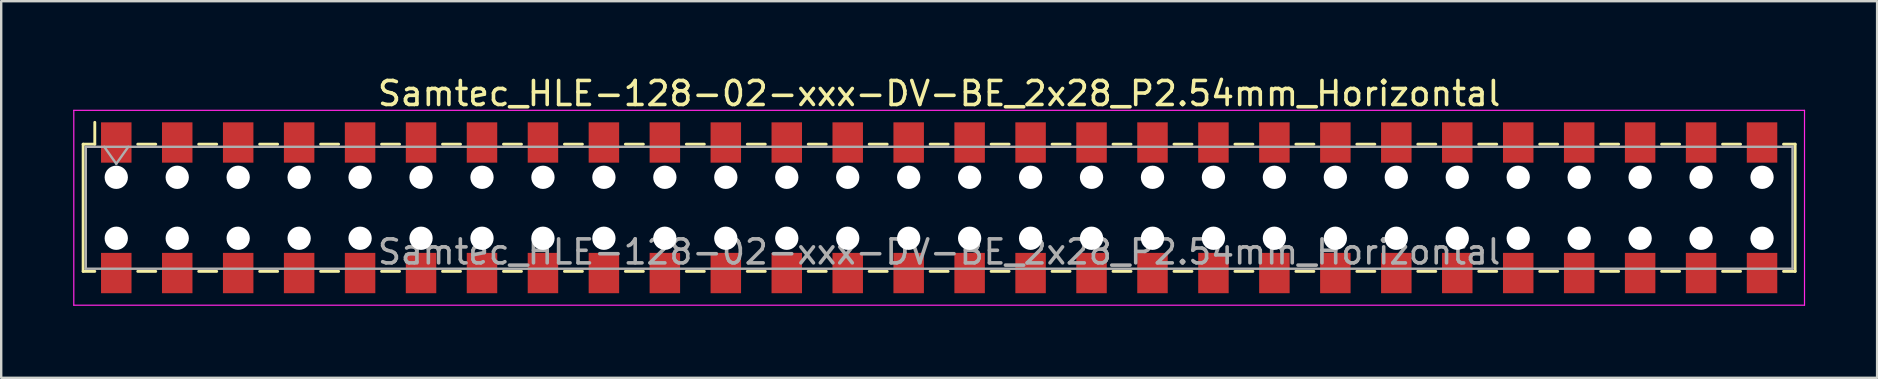
<source format=kicad_pcb>
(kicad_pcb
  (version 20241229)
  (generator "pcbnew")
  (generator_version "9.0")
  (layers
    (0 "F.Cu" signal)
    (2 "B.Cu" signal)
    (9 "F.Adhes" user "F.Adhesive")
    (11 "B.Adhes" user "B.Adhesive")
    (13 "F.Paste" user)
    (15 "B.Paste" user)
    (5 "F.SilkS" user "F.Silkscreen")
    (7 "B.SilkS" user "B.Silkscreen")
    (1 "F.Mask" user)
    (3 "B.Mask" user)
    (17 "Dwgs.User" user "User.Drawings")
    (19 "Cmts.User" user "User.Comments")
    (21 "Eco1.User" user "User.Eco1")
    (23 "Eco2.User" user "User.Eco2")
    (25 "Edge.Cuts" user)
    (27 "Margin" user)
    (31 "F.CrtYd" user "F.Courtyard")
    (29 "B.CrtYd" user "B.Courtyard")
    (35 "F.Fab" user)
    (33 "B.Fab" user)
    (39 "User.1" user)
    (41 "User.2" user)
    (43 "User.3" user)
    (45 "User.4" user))
  (footprint "Samtec_HLE-128-02-xxx-DV-BE_2x28_P2.54mm_Horizontal"
    (layer "F.Cu")
    (at 36.085 5.608)
    (property "Reference" "Samtec_HLE-128-02-xxx-DV-BE_2x28_P2.54mm_Horizontal" (at 0 -4.76 0) (layer "F.SilkS") (effects (font (size 1 1) (thickness 0.15))))
    (attr smd)
    (fp_line (start -35.67 -2.65) (end -35.67 2.65) (stroke (width 0.12) (type solid)) (layer "F.SilkS"))
    (fp_line (start -35.67 2.65) (end -35.185 2.65) (stroke (width 0.12) (type solid)) (layer "F.SilkS"))
    (fp_line (start -35.185 -3.56) (end -35.185 -2.65) (stroke (width 0.12) (type solid)) (layer "F.SilkS"))
    (fp_line (start -35.185 -2.65) (end -35.67 -2.65) (stroke (width 0.12) (type solid)) (layer "F.SilkS"))
    (fp_line (start -33.395 -2.65) (end -32.645 -2.65) (stroke (width 0.12) (type solid)) (layer "F.SilkS"))
    (fp_line (start -33.395 2.65) (end -32.645 2.65) (stroke (width 0.12) (type solid)) (layer "F.SilkS"))
    (fp_line (start -30.855 -2.65) (end -30.105 -2.65) (stroke (width 0.12) (type solid)) (layer "F.SilkS"))
    (fp_line (start -30.855 2.65) (end -30.105 2.65) (stroke (width 0.12) (type solid)) (layer "F.SilkS"))
    (fp_line (start -28.315 -2.65) (end -27.565 -2.65) (stroke (width 0.12) (type solid)) (layer "F.SilkS"))
    (fp_line (start -28.315 2.65) (end -27.565 2.65) (stroke (width 0.12) (type solid)) (layer "F.SilkS"))
    (fp_line (start -25.775 -2.65) (end -25.025 -2.65) (stroke (width 0.12) (type solid)) (layer "F.SilkS"))
    (fp_line (start -25.775 2.65) (end -25.025 2.65) (stroke (width 0.12) (type solid)) (layer "F.SilkS"))
    (fp_line (start -23.235 -2.65) (end -22.485 -2.65) (stroke (width 0.12) (type solid)) (layer "F.SilkS"))
    (fp_line (start -23.235 2.65) (end -22.485 2.65) (stroke (width 0.12) (type solid)) (layer "F.SilkS"))
    (fp_line (start -20.695 -2.65) (end -19.945 -2.65) (stroke (width 0.12) (type solid)) (layer "F.SilkS"))
    (fp_line (start -20.695 2.65) (end -19.945 2.65) (stroke (width 0.12) (type solid)) (layer "F.SilkS"))
    (fp_line (start -18.155 -2.65) (end -17.405 -2.65) (stroke (width 0.12) (type solid)) (layer "F.SilkS"))
    (fp_line (start -18.155 2.65) (end -17.405 2.65) (stroke (width 0.12) (type solid)) (layer "F.SilkS"))
    (fp_line (start -15.615 -2.65) (end -14.865 -2.65) (stroke (width 0.12) (type solid)) (layer "F.SilkS"))
    (fp_line (start -15.615 2.65) (end -14.865 2.65) (stroke (width 0.12) (type solid)) (layer "F.SilkS"))
    (fp_line (start -13.075 -2.65) (end -12.325 -2.65) (stroke (width 0.12) (type solid)) (layer "F.SilkS"))
    (fp_line (start -13.075 2.65) (end -12.325 2.65) (stroke (width 0.12) (type solid)) (layer "F.SilkS"))
    (fp_line (start -10.535 -2.65) (end -9.785 -2.65) (stroke (width 0.12) (type solid)) (layer "F.SilkS"))
    (fp_line (start -10.535 2.65) (end -9.785 2.65) (stroke (width 0.12) (type solid)) (layer "F.SilkS"))
    (fp_line (start -7.995 -2.65) (end -7.245 -2.65) (stroke (width 0.12) (type solid)) (layer "F.SilkS"))
    (fp_line (start -7.995 2.65) (end -7.245 2.65) (stroke (width 0.12) (type solid)) (layer "F.SilkS"))
    (fp_line (start -5.455 -2.65) (end -4.705 -2.65) (stroke (width 0.12) (type solid)) (layer "F.SilkS"))
    (fp_line (start -5.455 2.65) (end -4.705 2.65) (stroke (width 0.12) (type solid)) (layer "F.SilkS"))
    (fp_line (start -2.915 -2.65) (end -2.165 -2.65) (stroke (width 0.12) (type solid)) (layer "F.SilkS"))
    (fp_line (start -2.915 2.65) (end -2.165 2.65) (stroke (width 0.12) (type solid)) (layer "F.SilkS"))
    (fp_line (start -0.375 -2.65) (end 0.375 -2.65) (stroke (width 0.12) (type solid)) (layer "F.SilkS"))
    (fp_line (start -0.375 2.65) (end 0.375 2.65) (stroke (width 0.12) (type solid)) (layer "F.SilkS"))
    (fp_line (start 2.165 -2.65) (end 2.915 -2.65) (stroke (width 0.12) (type solid)) (layer "F.SilkS"))
    (fp_line (start 2.165 2.65) (end 2.915 2.65) (stroke (width 0.12) (type solid)) (layer "F.SilkS"))
    (fp_line (start 4.705 -2.65) (end 5.455 -2.65) (stroke (width 0.12) (type solid)) (layer "F.SilkS"))
    (fp_line (start 4.705 2.65) (end 5.455 2.65) (stroke (width 0.12) (type solid)) (layer "F.SilkS"))
    (fp_line (start 7.245 -2.65) (end 7.995 -2.65) (stroke (width 0.12) (type solid)) (layer "F.SilkS"))
    (fp_line (start 7.245 2.65) (end 7.995 2.65) (stroke (width 0.12) (type solid)) (layer "F.SilkS"))
    (fp_line (start 9.785 -2.65) (end 10.535 -2.65) (stroke (width 0.12) (type solid)) (layer "F.SilkS"))
    (fp_line (start 9.785 2.65) (end 10.535 2.65) (stroke (width 0.12) (type solid)) (layer "F.SilkS"))
    (fp_line (start 12.325 -2.65) (end 13.075 -2.65) (stroke (width 0.12) (type solid)) (layer "F.SilkS"))
    (fp_line (start 12.325 2.65) (end 13.075 2.65) (stroke (width 0.12) (type solid)) (layer "F.SilkS"))
    (fp_line (start 14.865 -2.65) (end 15.615 -2.65) (stroke (width 0.12) (type solid)) (layer "F.SilkS"))
    (fp_line (start 14.865 2.65) (end 15.615 2.65) (stroke (width 0.12) (type solid)) (layer "F.SilkS"))
    (fp_line (start 17.405 -2.65) (end 18.155 -2.65) (stroke (width 0.12) (type solid)) (layer "F.SilkS"))
    (fp_line (start 17.405 2.65) (end 18.155 2.65) (stroke (width 0.12) (type solid)) (layer "F.SilkS"))
    (fp_line (start 19.945 -2.65) (end 20.695 -2.65) (stroke (width 0.12) (type solid)) (layer "F.SilkS"))
    (fp_line (start 19.945 2.65) (end 20.695 2.65) (stroke (width 0.12) (type solid)) (layer "F.SilkS"))
    (fp_line (start 22.485 -2.65) (end 23.235 -2.65) (stroke (width 0.12) (type solid)) (layer "F.SilkS"))
    (fp_line (start 22.485 2.65) (end 23.235 2.65) (stroke (width 0.12) (type solid)) (layer "F.SilkS"))
    (fp_line (start 25.025 -2.65) (end 25.775 -2.65) (stroke (width 0.12) (type solid)) (layer "F.SilkS"))
    (fp_line (start 25.025 2.65) (end 25.775 2.65) (stroke (width 0.12) (type solid)) (layer "F.SilkS"))
    (fp_line (start 27.565 -2.65) (end 28.315 -2.65) (stroke (width 0.12) (type solid)) (layer "F.SilkS"))
    (fp_line (start 27.565 2.65) (end 28.315 2.65) (stroke (width 0.12) (type solid)) (layer "F.SilkS"))
    (fp_line (start 30.105 -2.65) (end 30.855 -2.65) (stroke (width 0.12) (type solid)) (layer "F.SilkS"))
    (fp_line (start 30.105 2.65) (end 30.855 2.65) (stroke (width 0.12) (type solid)) (layer "F.SilkS"))
    (fp_line (start 32.645 -2.65) (end 33.395 -2.65) (stroke (width 0.12) (type solid)) (layer "F.SilkS"))
    (fp_line (start 32.645 2.65) (end 33.395 2.65) (stroke (width 0.12) (type solid)) (layer "F.SilkS"))
    (fp_line (start 35.185 -2.65) (end 35.67 -2.65) (stroke (width 0.12) (type solid)) (layer "F.SilkS"))
    (fp_line (start 35.67 -2.65) (end 35.67 2.65) (stroke (width 0.12) (type solid)) (layer "F.SilkS"))
    (fp_line (start 35.67 2.65) (end 35.185 2.65) (stroke (width 0.12) (type solid)) (layer "F.SilkS"))
    (fp_line (start -36.06 -4.06) (end 36.06 -4.06) (stroke (width 0.05) (type solid)) (layer "F.CrtYd"))
    (fp_line (start -36.06 4.06) (end -36.06 -4.06) (stroke (width 0.05) (type solid)) (layer "F.CrtYd"))
    (fp_line (start 36.06 -4.06) (end 36.06 4.06) (stroke (width 0.05) (type solid)) (layer "F.CrtYd"))
    (fp_line (start 36.06 4.06) (end -36.06 4.06) (stroke (width 0.05) (type solid)) (layer "F.CrtYd"))
    (fp_line (start -35.56 -2.54) (end 35.56 -2.54) (stroke (width 0.1) (type solid)) (layer "F.Fab"))
    (fp_line (start -35.56 2.54) (end -35.56 -2.54) (stroke (width 0.1) (type solid)) (layer "F.Fab"))
    (fp_line (start -34.79 -2.54) (end -34.29 -1.833) (stroke (width 0.1) (type solid)) (layer "F.Fab"))
    (fp_line (start -34.29 -1.833) (end -33.79 -2.54) (stroke (width 0.1) (type solid)) (layer "F.Fab"))
    (fp_line (start 35.56 -2.54) (end 35.56 2.54) (stroke (width 0.1) (type solid)) (layer "F.Fab"))
    (fp_line (start 35.56 2.54) (end -35.56 2.54) (stroke (width 0.1) (type solid)) (layer "F.Fab"))
    (fp_text user "${REFERENCE}" (at 0 1.84 0) (layer "F.Fab") (effects (font (size 1 1) (thickness 0.15))))
    (pad "" np_thru_hole circle (at -34.29 -1.27) (size 0.97 0.97) (drill 0.97) (layers "*.Cu" "*.Mask"))
    (pad "" np_thru_hole circle (at -34.29 1.27) (size 0.97 0.97) (drill 0.97) (layers "*.Cu" "*.Mask"))
    (pad "" np_thru_hole circle (at -31.75 -1.27) (size 0.97 0.97) (drill 0.97) (layers "*.Cu" "*.Mask"))
    (pad "" np_thru_hole circle (at -31.75 1.27) (size 0.97 0.97) (drill 0.97) (layers "*.Cu" "*.Mask"))
    (pad "" np_thru_hole circle (at -29.21 -1.27) (size 0.97 0.97) (drill 0.97) (layers "*.Cu" "*.Mask"))
    (pad "" np_thru_hole circle (at -29.21 1.27) (size 0.97 0.97) (drill 0.97) (layers "*.Cu" "*.Mask"))
    (pad "" np_thru_hole circle (at -26.67 -1.27) (size 0.97 0.97) (drill 0.97) (layers "*.Cu" "*.Mask"))
    (pad "" np_thru_hole circle (at -26.67 1.27) (size 0.97 0.97) (drill 0.97) (layers "*.Cu" "*.Mask"))
    (pad "" np_thru_hole circle (at -24.13 -1.27) (size 0.97 0.97) (drill 0.97) (layers "*.Cu" "*.Mask"))
    (pad "" np_thru_hole circle (at -24.13 1.27) (size 0.97 0.97) (drill 0.97) (layers "*.Cu" "*.Mask"))
    (pad "" np_thru_hole circle (at -21.59 -1.27) (size 0.97 0.97) (drill 0.97) (layers "*.Cu" "*.Mask"))
    (pad "" np_thru_hole circle (at -21.59 1.27) (size 0.97 0.97) (drill 0.97) (layers "*.Cu" "*.Mask"))
    (pad "" np_thru_hole circle (at -19.05 -1.27) (size 0.97 0.97) (drill 0.97) (layers "*.Cu" "*.Mask"))
    (pad "" np_thru_hole circle (at -19.05 1.27) (size 0.97 0.97) (drill 0.97) (layers "*.Cu" "*.Mask"))
    (pad "" np_thru_hole circle (at -16.51 -1.27) (size 0.97 0.97) (drill 0.97) (layers "*.Cu" "*.Mask"))
    (pad "" np_thru_hole circle (at -16.51 1.27) (size 0.97 0.97) (drill 0.97) (layers "*.Cu" "*.Mask"))
    (pad "" np_thru_hole circle (at -13.97 -1.27) (size 0.97 0.97) (drill 0.97) (layers "*.Cu" "*.Mask"))
    (pad "" np_thru_hole circle (at -13.97 1.27) (size 0.97 0.97) (drill 0.97) (layers "*.Cu" "*.Mask"))
    (pad "" np_thru_hole circle (at -11.43 -1.27) (size 0.97 0.97) (drill 0.97) (layers "*.Cu" "*.Mask"))
    (pad "" np_thru_hole circle (at -11.43 1.27) (size 0.97 0.97) (drill 0.97) (layers "*.Cu" "*.Mask"))
    (pad "" np_thru_hole circle (at -8.89 -1.27) (size 0.97 0.97) (drill 0.97) (layers "*.Cu" "*.Mask"))
    (pad "" np_thru_hole circle (at -8.89 1.27) (size 0.97 0.97) (drill 0.97) (layers "*.Cu" "*.Mask"))
    (pad "" np_thru_hole circle (at -6.35 -1.27) (size 0.97 0.97) (drill 0.97) (layers "*.Cu" "*.Mask"))
    (pad "" np_thru_hole circle (at -6.35 1.27) (size 0.97 0.97) (drill 0.97) (layers "*.Cu" "*.Mask"))
    (pad "" np_thru_hole circle (at -3.81 -1.27) (size 0.97 0.97) (drill 0.97) (layers "*.Cu" "*.Mask"))
    (pad "" np_thru_hole circle (at -3.81 1.27) (size 0.97 0.97) (drill 0.97) (layers "*.Cu" "*.Mask"))
    (pad "" np_thru_hole circle (at -1.27 -1.27) (size 0.97 0.97) (drill 0.97) (layers "*.Cu" "*.Mask"))
    (pad "" np_thru_hole circle (at -1.27 1.27) (size 0.97 0.97) (drill 0.97) (layers "*.Cu" "*.Mask"))
    (pad "" np_thru_hole circle (at 1.27 -1.27) (size 0.97 0.97) (drill 0.97) (layers "*.Cu" "*.Mask"))
    (pad "" np_thru_hole circle (at 1.27 1.27) (size 0.97 0.97) (drill 0.97) (layers "*.Cu" "*.Mask"))
    (pad "" np_thru_hole circle (at 3.81 -1.27) (size 0.97 0.97) (drill 0.97) (layers "*.Cu" "*.Mask"))
    (pad "" np_thru_hole circle (at 3.81 1.27) (size 0.97 0.97) (drill 0.97) (layers "*.Cu" "*.Mask"))
    (pad "" np_thru_hole circle (at 6.35 -1.27) (size 0.97 0.97) (drill 0.97) (layers "*.Cu" "*.Mask"))
    (pad "" np_thru_hole circle (at 6.35 1.27) (size 0.97 0.97) (drill 0.97) (layers "*.Cu" "*.Mask"))
    (pad "" np_thru_hole circle (at 8.89 -1.27) (size 0.97 0.97) (drill 0.97) (layers "*.Cu" "*.Mask"))
    (pad "" np_thru_hole circle (at 8.89 1.27) (size 0.97 0.97) (drill 0.97) (layers "*.Cu" "*.Mask"))
    (pad "" np_thru_hole circle (at 11.43 -1.27) (size 0.97 0.97) (drill 0.97) (layers "*.Cu" "*.Mask"))
    (pad "" np_thru_hole circle (at 11.43 1.27) (size 0.97 0.97) (drill 0.97) (layers "*.Cu" "*.Mask"))
    (pad "" np_thru_hole circle (at 13.97 -1.27) (size 0.97 0.97) (drill 0.97) (layers "*.Cu" "*.Mask"))
    (pad "" np_thru_hole circle (at 13.97 1.27) (size 0.97 0.97) (drill 0.97) (layers "*.Cu" "*.Mask"))
    (pad "" np_thru_hole circle (at 16.51 -1.27) (size 0.97 0.97) (drill 0.97) (layers "*.Cu" "*.Mask"))
    (pad "" np_thru_hole circle (at 16.51 1.27) (size 0.97 0.97) (drill 0.97) (layers "*.Cu" "*.Mask"))
    (pad "" np_thru_hole circle (at 19.05 -1.27) (size 0.97 0.97) (drill 0.97) (layers "*.Cu" "*.Mask"))
    (pad "" np_thru_hole circle (at 19.05 1.27) (size 0.97 0.97) (drill 0.97) (layers "*.Cu" "*.Mask"))
    (pad "" np_thru_hole circle (at 21.59 -1.27) (size 0.97 0.97) (drill 0.97) (layers "*.Cu" "*.Mask"))
    (pad "" np_thru_hole circle (at 21.59 1.27) (size 0.97 0.97) (drill 0.97) (layers "*.Cu" "*.Mask"))
    (pad "" np_thru_hole circle (at 24.13 -1.27) (size 0.97 0.97) (drill 0.97) (layers "*.Cu" "*.Mask"))
    (pad "" np_thru_hole circle (at 24.13 1.27) (size 0.97 0.97) (drill 0.97) (layers "*.Cu" "*.Mask"))
    (pad "" np_thru_hole circle (at 26.67 -1.27) (size 0.97 0.97) (drill 0.97) (layers "*.Cu" "*.Mask"))
    (pad "" np_thru_hole circle (at 26.67 1.27) (size 0.97 0.97) (drill 0.97) (layers "*.Cu" "*.Mask"))
    (pad "" np_thru_hole circle (at 29.21 -1.27) (size 0.97 0.97) (drill 0.97) (layers "*.Cu" "*.Mask"))
    (pad "" np_thru_hole circle (at 29.21 1.27) (size 0.97 0.97) (drill 0.97) (layers "*.Cu" "*.Mask"))
    (pad "" np_thru_hole circle (at 31.75 -1.27) (size 0.97 0.97) (drill 0.97) (layers "*.Cu" "*.Mask"))
    (pad "" np_thru_hole circle (at 31.75 1.27) (size 0.97 0.97) (drill 0.97) (layers "*.Cu" "*.Mask"))
    (pad "" np_thru_hole circle (at 34.29 -1.27) (size 0.97 0.97) (drill 0.97) (layers "*.Cu" "*.Mask"))
    (pad "" np_thru_hole circle (at 34.29 1.27) (size 0.97 0.97) (drill 0.97) (layers "*.Cu" "*.Mask"))
    (pad "1" smd rect (at -34.29 -2.72) (size 1.27 1.68) (layers "F.Cu" "F.Mask" "F.Paste"))
    (pad "2" smd rect (at -34.29 2.72) (size 1.27 1.68) (layers "F.Cu" "F.Mask" "F.Paste"))
    (pad "3" smd rect (at -31.75 -2.72) (size 1.27 1.68) (layers "F.Cu" "F.Mask" "F.Paste"))
    (pad "4" smd rect (at -31.75 2.72) (size 1.27 1.68) (layers "F.Cu" "F.Mask" "F.Paste"))
    (pad "5" smd rect (at -29.21 -2.72) (size 1.27 1.68) (layers "F.Cu" "F.Mask" "F.Paste"))
    (pad "6" smd rect (at -29.21 2.72) (size 1.27 1.68) (layers "F.Cu" "F.Mask" "F.Paste"))
    (pad "7" smd rect (at -26.67 -2.72) (size 1.27 1.68) (layers "F.Cu" "F.Mask" "F.Paste"))
    (pad "8" smd rect (at -26.67 2.72) (size 1.27 1.68) (layers "F.Cu" "F.Mask" "F.Paste"))
    (pad "9" smd rect (at -24.13 -2.72) (size 1.27 1.68) (layers "F.Cu" "F.Mask" "F.Paste"))
    (pad "10" smd rect (at -24.13 2.72) (size 1.27 1.68) (layers "F.Cu" "F.Mask" "F.Paste"))
    (pad "11" smd rect (at -21.59 -2.72) (size 1.27 1.68) (layers "F.Cu" "F.Mask" "F.Paste"))
    (pad "12" smd rect (at -21.59 2.72) (size 1.27 1.68) (layers "F.Cu" "F.Mask" "F.Paste"))
    (pad "13" smd rect (at -19.05 -2.72) (size 1.27 1.68) (layers "F.Cu" "F.Mask" "F.Paste"))
    (pad "14" smd rect (at -19.05 2.72) (size 1.27 1.68) (layers "F.Cu" "F.Mask" "F.Paste"))
    (pad "15" smd rect (at -16.51 -2.72) (size 1.27 1.68) (layers "F.Cu" "F.Mask" "F.Paste"))
    (pad "16" smd rect (at -16.51 2.72) (size 1.27 1.68) (layers "F.Cu" "F.Mask" "F.Paste"))
    (pad "17" smd rect (at -13.97 -2.72) (size 1.27 1.68) (layers "F.Cu" "F.Mask" "F.Paste"))
    (pad "18" smd rect (at -13.97 2.72) (size 1.27 1.68) (layers "F.Cu" "F.Mask" "F.Paste"))
    (pad "19" smd rect (at -11.43 -2.72) (size 1.27 1.68) (layers "F.Cu" "F.Mask" "F.Paste"))
    (pad "20" smd rect (at -11.43 2.72) (size 1.27 1.68) (layers "F.Cu" "F.Mask" "F.Paste"))
    (pad "21" smd rect (at -8.89 -2.72) (size 1.27 1.68) (layers "F.Cu" "F.Mask" "F.Paste"))
    (pad "22" smd rect (at -8.89 2.72) (size 1.27 1.68) (layers "F.Cu" "F.Mask" "F.Paste"))
    (pad "23" smd rect (at -6.35 -2.72) (size 1.27 1.68) (layers "F.Cu" "F.Mask" "F.Paste"))
    (pad "24" smd rect (at -6.35 2.72) (size 1.27 1.68) (layers "F.Cu" "F.Mask" "F.Paste"))
    (pad "25" smd rect (at -3.81 -2.72) (size 1.27 1.68) (layers "F.Cu" "F.Mask" "F.Paste"))
    (pad "26" smd rect (at -3.81 2.72) (size 1.27 1.68) (layers "F.Cu" "F.Mask" "F.Paste"))
    (pad "27" smd rect (at -1.27 -2.72) (size 1.27 1.68) (layers "F.Cu" "F.Mask" "F.Paste"))
    (pad "28" smd rect (at -1.27 2.72) (size 1.27 1.68) (layers "F.Cu" "F.Mask" "F.Paste"))
    (pad "29" smd rect (at 1.27 -2.72) (size 1.27 1.68) (layers "F.Cu" "F.Mask" "F.Paste"))
    (pad "30" smd rect (at 1.27 2.72) (size 1.27 1.68) (layers "F.Cu" "F.Mask" "F.Paste"))
    (pad "31" smd rect (at 3.81 -2.72) (size 1.27 1.68) (layers "F.Cu" "F.Mask" "F.Paste"))
    (pad "32" smd rect (at 3.81 2.72) (size 1.27 1.68) (layers "F.Cu" "F.Mask" "F.Paste"))
    (pad "33" smd rect (at 6.35 -2.72) (size 1.27 1.68) (layers "F.Cu" "F.Mask" "F.Paste"))
    (pad "34" smd rect (at 6.35 2.72) (size 1.27 1.68) (layers "F.Cu" "F.Mask" "F.Paste"))
    (pad "35" smd rect (at 8.89 -2.72) (size 1.27 1.68) (layers "F.Cu" "F.Mask" "F.Paste"))
    (pad "36" smd rect (at 8.89 2.72) (size 1.27 1.68) (layers "F.Cu" "F.Mask" "F.Paste"))
    (pad "37" smd rect (at 11.43 -2.72) (size 1.27 1.68) (layers "F.Cu" "F.Mask" "F.Paste"))
    (pad "38" smd rect (at 11.43 2.72) (size 1.27 1.68) (layers "F.Cu" "F.Mask" "F.Paste"))
    (pad "39" smd rect (at 13.97 -2.72) (size 1.27 1.68) (layers "F.Cu" "F.Mask" "F.Paste"))
    (pad "40" smd rect (at 13.97 2.72) (size 1.27 1.68) (layers "F.Cu" "F.Mask" "F.Paste"))
    (pad "41" smd rect (at 16.51 -2.72) (size 1.27 1.68) (layers "F.Cu" "F.Mask" "F.Paste"))
    (pad "42" smd rect (at 16.51 2.72) (size 1.27 1.68) (layers "F.Cu" "F.Mask" "F.Paste"))
    (pad "43" smd rect (at 19.05 -2.72) (size 1.27 1.68) (layers "F.Cu" "F.Mask" "F.Paste"))
    (pad "44" smd rect (at 19.05 2.72) (size 1.27 1.68) (layers "F.Cu" "F.Mask" "F.Paste"))
    (pad "45" smd rect (at 21.59 -2.72) (size 1.27 1.68) (layers "F.Cu" "F.Mask" "F.Paste"))
    (pad "46" smd rect (at 21.59 2.72) (size 1.27 1.68) (layers "F.Cu" "F.Mask" "F.Paste"))
    (pad "47" smd rect (at 24.13 -2.72) (size 1.27 1.68) (layers "F.Cu" "F.Mask" "F.Paste"))
    (pad "48" smd rect (at 24.13 2.72) (size 1.27 1.68) (layers "F.Cu" "F.Mask" "F.Paste"))
    (pad "49" smd rect (at 26.67 -2.72) (size 1.27 1.68) (layers "F.Cu" "F.Mask" "F.Paste"))
    (pad "50" smd rect (at 26.67 2.72) (size 1.27 1.68) (layers "F.Cu" "F.Mask" "F.Paste"))
    (pad "51" smd rect (at 29.21 -2.72) (size 1.27 1.68) (layers "F.Cu" "F.Mask" "F.Paste"))
    (pad "52" smd rect (at 29.21 2.72) (size 1.27 1.68) (layers "F.Cu" "F.Mask" "F.Paste"))
    (pad "53" smd rect (at 31.75 -2.72) (size 1.27 1.68) (layers "F.Cu" "F.Mask" "F.Paste"))
    (pad "54" smd rect (at 31.75 2.72) (size 1.27 1.68) (layers "F.Cu" "F.Mask" "F.Paste"))
    (pad "55" smd rect (at 34.29 -2.72) (size 1.27 1.68) (layers "F.Cu" "F.Mask" "F.Paste"))
    (pad "56" smd rect (at 34.29 2.72) (size 1.27 1.68) (layers "F.Cu" "F.Mask" "F.Paste")))
  (gr_rect
    (start -3 -3)
    (end 75.17 12.693)
    (stroke (width 0.1) (type default))
    (fill no)
    (layer "Edge.Cuts")))
</source>
